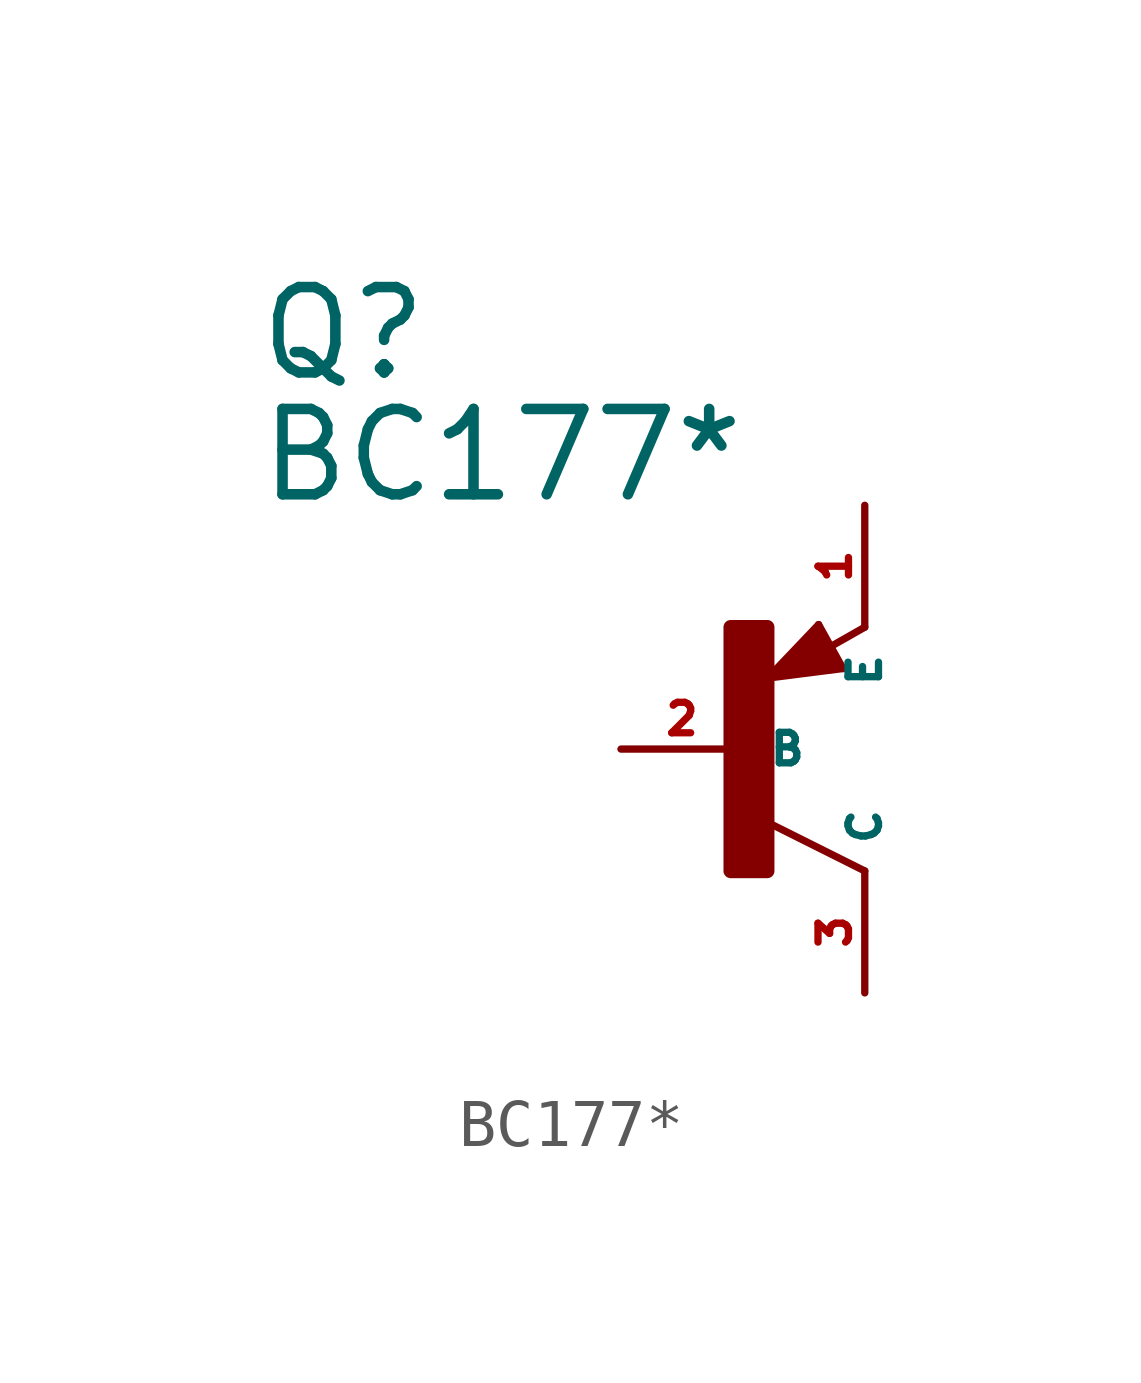
<source format=kicad_sym>
(kicad_symbol_lib
  (version 20220914)
  (generator Eagle2Kicad)
  (symbol "BC177*"
    (property "Reference" "Q"
      (at -10.16 7.62 0)
      (effects (font (size 1.778 1.778) (thickness 0.22)) (justify left bottom)))
    (property "Value" "BC177*"
      (at -10.16 5.08 0)
      (effects (font (size 1.778 1.778) (thickness 0.22)) (justify left bottom)))
    (polyline
      (pts (xy 2.086 1.678) (xy 1.578 2.594))
      (stroke (width 0.152) (type default))
      (fill (type none)))
    (polyline
      (pts (xy 1.578 2.594) (xy 0.516 1.478))
      (stroke (width 0.152) (type default))
      (fill (type none)))
    (polyline
      (pts (xy 0.516 1.478) (xy 2.086 1.678))
      (stroke (width 0.152) (type default))
      (fill (type none)))
    (polyline
      (pts (xy 2.54 2.54) (xy 1.808 2.124))
      (stroke (width 0.152) (type default))
      (fill (type none)))
    (polyline
      (pts (xy 2.54 -2.54) (xy 0.508 -1.524))
      (stroke (width 0.152) (type default))
      (fill (type none)))
    (polyline
      (pts (xy 1.905 1.778) (xy 1.524 2.413))
      (stroke (width 0.254) (type default))
      (fill (type none)))
    (polyline
      (pts (xy 1.524 2.413) (xy 0.762 1.651))
      (stroke (width 0.254) (type default))
      (fill (type none)))
    (polyline
      (pts (xy 0.762 1.651) (xy 1.778 1.778))
      (stroke (width 0.254) (type default))
      (fill (type none)))
    (polyline
      (pts (xy 1.778 1.778) (xy 1.524 2.159))
      (stroke (width 0.254) (type default))
      (fill (type none)))
    (polyline
      (pts (xy 1.524 2.159) (xy 1.143 1.905))
      (stroke (width 0.254) (type default))
      (fill (type none)))
    (polyline
      (pts (xy 1.143 1.905) (xy 1.524 1.905))
      (stroke (width 0.254) (type default))
      (fill (type none)))
    (rectangle
      (start -0.254 -2.54)
      (end 0.508 2.54)
      (stroke (width 0.3) (type default))
      (fill (type outline)))
    (pin passive line
      (at -2.54 0 0)
      (length 2.54)
      (name "B" (effects (font (size 0.635 0.635) (thickness 0.08)) (justify left bottom)))
      (number "2" (effects (font (size 0.635 0.635) (thickness 0.08)) (justify left bottom))))
    (pin passive line
      (at 2.54 5.08 270)
      (length 2.54)
      (name "E" (effects (font (size 0.635 0.635) (thickness 0.08)) (justify left bottom)))
      (number "1" (effects (font (size 0.635 0.635) (thickness 0.08)) (justify left bottom))))
    (pin passive line
      (at 2.54 -5.08 90)
      (length 2.54)
      (name "C" (effects (font (size 0.635 0.635) (thickness 0.08)) (justify left bottom)))
      (number "3" (effects (font (size 0.635 0.635) (thickness 0.08)) (justify left bottom))))))
</source>
